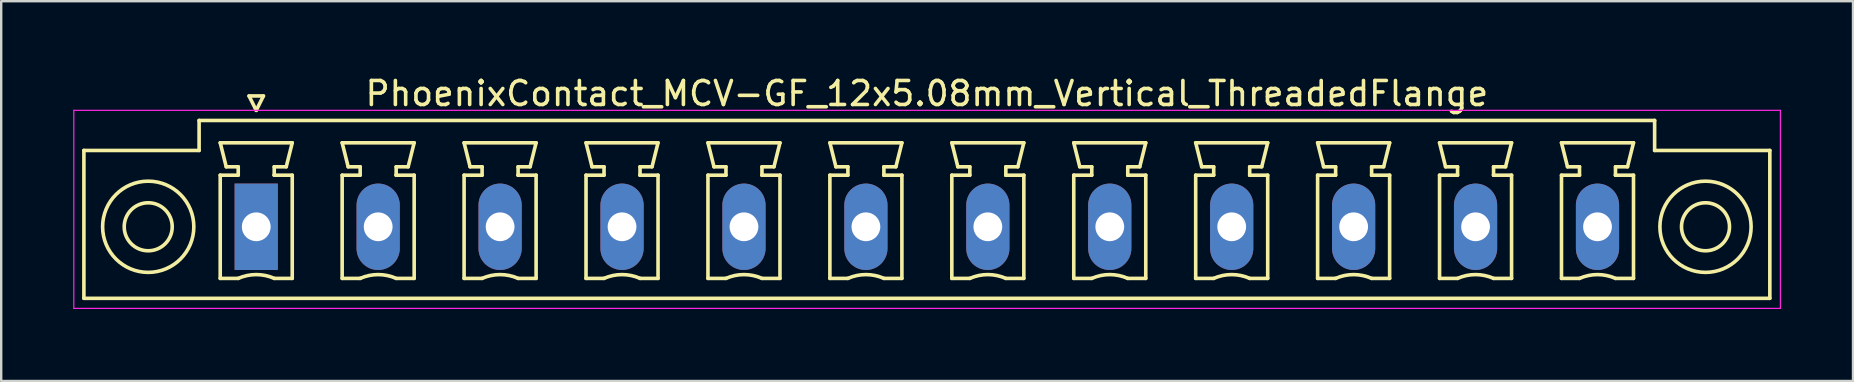
<source format=kicad_pcb>
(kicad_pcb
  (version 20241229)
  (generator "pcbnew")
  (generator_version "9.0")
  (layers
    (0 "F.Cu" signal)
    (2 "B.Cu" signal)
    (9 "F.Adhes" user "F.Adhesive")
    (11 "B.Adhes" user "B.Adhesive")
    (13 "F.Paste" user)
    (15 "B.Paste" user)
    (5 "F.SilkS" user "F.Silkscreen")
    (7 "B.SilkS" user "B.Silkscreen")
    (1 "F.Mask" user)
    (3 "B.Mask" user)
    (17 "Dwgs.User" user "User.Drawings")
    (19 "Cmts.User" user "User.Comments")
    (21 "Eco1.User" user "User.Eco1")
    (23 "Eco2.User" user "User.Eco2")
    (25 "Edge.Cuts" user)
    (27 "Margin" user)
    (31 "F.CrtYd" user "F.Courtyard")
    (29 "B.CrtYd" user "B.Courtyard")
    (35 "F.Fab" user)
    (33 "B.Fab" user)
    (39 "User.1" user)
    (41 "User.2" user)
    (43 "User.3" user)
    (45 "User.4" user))
  (footprint "PhoenixContact_MCV-GF_12x5.08mm_Vertical_ThreadedFlange"
    (layer "F.Cu")
    (at 7.625 6.398)
    (property "Reference" "PhoenixContact_MCV-GF_12x5.08mm_Vertical_ThreadedFlange" (at 27.94 -5.55 0) (layer "F.SilkS") (effects (font (size 1 1) (thickness 0.15))))
    (attr through_hole)
    (fp_line (start -7.18 -3.18) (end -7.18 2.98) (stroke (width 0.15) (type solid)) (layer "F.SilkS"))
    (fp_line (start -7.18 2.98) (end 63.06 2.98) (stroke (width 0.15) (type solid)) (layer "F.SilkS"))
    (fp_line (start -2.38 -4.43) (end -2.38 -3.18) (stroke (width 0.15) (type solid)) (layer "F.SilkS"))
    (fp_line (start -2.38 -3.18) (end -7.18 -3.18) (stroke (width 0.15) (type solid)) (layer "F.SilkS"))
    (fp_line (start -1.5 -3.5) (end 1.5 -3.5) (stroke (width 0.15) (type solid)) (layer "F.SilkS"))
    (fp_line (start -1.5 -2.15) (end -0.75 -2.15) (stroke (width 0.15) (type solid)) (layer "F.SilkS"))
    (fp_line (start -1.5 2.15) (end -1.5 -2.15) (stroke (width 0.15) (type solid)) (layer "F.SilkS"))
    (fp_line (start -1.25 -2.5) (end -1.5 -3.5) (stroke (width 0.15) (type solid)) (layer "F.SilkS"))
    (fp_line (start -0.75 -2.5) (end -1.25 -2.5) (stroke (width 0.15) (type solid)) (layer "F.SilkS"))
    (fp_line (start -0.75 -2.15) (end -0.75 -2.5) (stroke (width 0.15) (type solid)) (layer "F.SilkS"))
    (fp_line (start -0.75 2.15) (end -1.5 2.15) (stroke (width 0.15) (type solid)) (layer "F.SilkS"))
    (fp_line (start -0.3 -5.45) (end 0 -4.85) (stroke (width 0.15) (type solid)) (layer "F.SilkS"))
    (fp_line (start 0 -4.85) (end 0.3 -5.45) (stroke (width 0.15) (type solid)) (layer "F.SilkS"))
    (fp_line (start 0.3 -5.45) (end -0.3 -5.45) (stroke (width 0.15) (type solid)) (layer "F.SilkS"))
    (fp_line (start 0.75 -2.5) (end 0.75 -2.15) (stroke (width 0.15) (type solid)) (layer "F.SilkS"))
    (fp_line (start 0.75 -2.15) (end 0.75 -2.15) (stroke (width 0.15) (type solid)) (layer "F.SilkS"))
    (fp_line (start 0.75 -2.15) (end 1.5 -2.15) (stroke (width 0.15) (type solid)) (layer "F.SilkS"))
    (fp_line (start 1.25 -2.5) (end 0.75 -2.5) (stroke (width 0.15) (type solid)) (layer "F.SilkS"))
    (fp_line (start 1.5 -3.5) (end 1.25 -2.5) (stroke (width 0.15) (type solid)) (layer "F.SilkS"))
    (fp_line (start 1.5 -2.15) (end 1.5 2.15) (stroke (width 0.15) (type solid)) (layer "F.SilkS"))
    (fp_line (start 1.5 2.15) (end 0.75 2.15) (stroke (width 0.15) (type solid)) (layer "F.SilkS"))
    (fp_line (start 3.58 -3.5) (end 6.58 -3.5) (stroke (width 0.15) (type solid)) (layer "F.SilkS"))
    (fp_line (start 3.58 -2.15) (end 4.33 -2.15) (stroke (width 0.15) (type solid)) (layer "F.SilkS"))
    (fp_line (start 3.58 2.15) (end 3.58 -2.15) (stroke (width 0.15) (type solid)) (layer "F.SilkS"))
    (fp_line (start 3.83 -2.5) (end 3.58 -3.5) (stroke (width 0.15) (type solid)) (layer "F.SilkS"))
    (fp_line (start 4.33 -2.5) (end 3.83 -2.5) (stroke (width 0.15) (type solid)) (layer "F.SilkS"))
    (fp_line (start 4.33 -2.15) (end 4.33 -2.5) (stroke (width 0.15) (type solid)) (layer "F.SilkS"))
    (fp_line (start 4.33 2.15) (end 3.58 2.15) (stroke (width 0.15) (type solid)) (layer "F.SilkS"))
    (fp_line (start 5.83 -2.5) (end 5.83 -2.15) (stroke (width 0.15) (type solid)) (layer "F.SilkS"))
    (fp_line (start 5.83 -2.15) (end 5.83 -2.15) (stroke (width 0.15) (type solid)) (layer "F.SilkS"))
    (fp_line (start 5.83 -2.15) (end 6.58 -2.15) (stroke (width 0.15) (type solid)) (layer "F.SilkS"))
    (fp_line (start 6.33 -2.5) (end 5.83 -2.5) (stroke (width 0.15) (type solid)) (layer "F.SilkS"))
    (fp_line (start 6.58 -3.5) (end 6.33 -2.5) (stroke (width 0.15) (type solid)) (layer "F.SilkS"))
    (fp_line (start 6.58 -2.15) (end 6.58 2.15) (stroke (width 0.15) (type solid)) (layer "F.SilkS"))
    (fp_line (start 6.58 2.15) (end 5.83 2.15) (stroke (width 0.15) (type solid)) (layer "F.SilkS"))
    (fp_line (start 8.66 -3.5) (end 11.66 -3.5) (stroke (width 0.15) (type solid)) (layer "F.SilkS"))
    (fp_line (start 8.66 -2.15) (end 9.41 -2.15) (stroke (width 0.15) (type solid)) (layer "F.SilkS"))
    (fp_line (start 8.66 2.15) (end 8.66 -2.15) (stroke (width 0.15) (type solid)) (layer "F.SilkS"))
    (fp_line (start 8.91 -2.5) (end 8.66 -3.5) (stroke (width 0.15) (type solid)) (layer "F.SilkS"))
    (fp_line (start 9.41 -2.5) (end 8.91 -2.5) (stroke (width 0.15) (type solid)) (layer "F.SilkS"))
    (fp_line (start 9.41 -2.15) (end 9.41 -2.5) (stroke (width 0.15) (type solid)) (layer "F.SilkS"))
    (fp_line (start 9.41 2.15) (end 8.66 2.15) (stroke (width 0.15) (type solid)) (layer "F.SilkS"))
    (fp_line (start 10.91 -2.5) (end 10.91 -2.15) (stroke (width 0.15) (type solid)) (layer "F.SilkS"))
    (fp_line (start 10.91 -2.15) (end 10.91 -2.15) (stroke (width 0.15) (type solid)) (layer "F.SilkS"))
    (fp_line (start 10.91 -2.15) (end 11.66 -2.15) (stroke (width 0.15) (type solid)) (layer "F.SilkS"))
    (fp_line (start 11.41 -2.5) (end 10.91 -2.5) (stroke (width 0.15) (type solid)) (layer "F.SilkS"))
    (fp_line (start 11.66 -3.5) (end 11.41 -2.5) (stroke (width 0.15) (type solid)) (layer "F.SilkS"))
    (fp_line (start 11.66 -2.15) (end 11.66 2.15) (stroke (width 0.15) (type solid)) (layer "F.SilkS"))
    (fp_line (start 11.66 2.15) (end 10.91 2.15) (stroke (width 0.15) (type solid)) (layer "F.SilkS"))
    (fp_line (start 13.74 -3.5) (end 16.74 -3.5) (stroke (width 0.15) (type solid)) (layer "F.SilkS"))
    (fp_line (start 13.74 -2.15) (end 14.49 -2.15) (stroke (width 0.15) (type solid)) (layer "F.SilkS"))
    (fp_line (start 13.74 2.15) (end 13.74 -2.15) (stroke (width 0.15) (type solid)) (layer "F.SilkS"))
    (fp_line (start 13.99 -2.5) (end 13.74 -3.5) (stroke (width 0.15) (type solid)) (layer "F.SilkS"))
    (fp_line (start 14.49 -2.5) (end 13.99 -2.5) (stroke (width 0.15) (type solid)) (layer "F.SilkS"))
    (fp_line (start 14.49 -2.15) (end 14.49 -2.5) (stroke (width 0.15) (type solid)) (layer "F.SilkS"))
    (fp_line (start 14.49 2.15) (end 13.74 2.15) (stroke (width 0.15) (type solid)) (layer "F.SilkS"))
    (fp_line (start 15.99 -2.5) (end 15.99 -2.15) (stroke (width 0.15) (type solid)) (layer "F.SilkS"))
    (fp_line (start 15.99 -2.15) (end 15.99 -2.15) (stroke (width 0.15) (type solid)) (layer "F.SilkS"))
    (fp_line (start 15.99 -2.15) (end 16.74 -2.15) (stroke (width 0.15) (type solid)) (layer "F.SilkS"))
    (fp_line (start 16.49 -2.5) (end 15.99 -2.5) (stroke (width 0.15) (type solid)) (layer "F.SilkS"))
    (fp_line (start 16.74 -3.5) (end 16.49 -2.5) (stroke (width 0.15) (type solid)) (layer "F.SilkS"))
    (fp_line (start 16.74 -2.15) (end 16.74 2.15) (stroke (width 0.15) (type solid)) (layer "F.SilkS"))
    (fp_line (start 16.74 2.15) (end 15.99 2.15) (stroke (width 0.15) (type solid)) (layer "F.SilkS"))
    (fp_line (start 18.82 -3.5) (end 21.82 -3.5) (stroke (width 0.15) (type solid)) (layer "F.SilkS"))
    (fp_line (start 18.82 -2.15) (end 19.57 -2.15) (stroke (width 0.15) (type solid)) (layer "F.SilkS"))
    (fp_line (start 18.82 2.15) (end 18.82 -2.15) (stroke (width 0.15) (type solid)) (layer "F.SilkS"))
    (fp_line (start 19.07 -2.5) (end 18.82 -3.5) (stroke (width 0.15) (type solid)) (layer "F.SilkS"))
    (fp_line (start 19.57 -2.5) (end 19.07 -2.5) (stroke (width 0.15) (type solid)) (layer "F.SilkS"))
    (fp_line (start 19.57 -2.15) (end 19.57 -2.5) (stroke (width 0.15) (type solid)) (layer "F.SilkS"))
    (fp_line (start 19.57 2.15) (end 18.82 2.15) (stroke (width 0.15) (type solid)) (layer "F.SilkS"))
    (fp_line (start 21.07 -2.5) (end 21.07 -2.15) (stroke (width 0.15) (type solid)) (layer "F.SilkS"))
    (fp_line (start 21.07 -2.15) (end 21.07 -2.15) (stroke (width 0.15) (type solid)) (layer "F.SilkS"))
    (fp_line (start 21.07 -2.15) (end 21.82 -2.15) (stroke (width 0.15) (type solid)) (layer "F.SilkS"))
    (fp_line (start 21.57 -2.5) (end 21.07 -2.5) (stroke (width 0.15) (type solid)) (layer "F.SilkS"))
    (fp_line (start 21.82 -3.5) (end 21.57 -2.5) (stroke (width 0.15) (type solid)) (layer "F.SilkS"))
    (fp_line (start 21.82 -2.15) (end 21.82 2.15) (stroke (width 0.15) (type solid)) (layer "F.SilkS"))
    (fp_line (start 21.82 2.15) (end 21.07 2.15) (stroke (width 0.15) (type solid)) (layer "F.SilkS"))
    (fp_line (start 23.9 -3.5) (end 26.9 -3.5) (stroke (width 0.15) (type solid)) (layer "F.SilkS"))
    (fp_line (start 23.9 -2.15) (end 24.65 -2.15) (stroke (width 0.15) (type solid)) (layer "F.SilkS"))
    (fp_line (start 23.9 2.15) (end 23.9 -2.15) (stroke (width 0.15) (type solid)) (layer "F.SilkS"))
    (fp_line (start 24.15 -2.5) (end 23.9 -3.5) (stroke (width 0.15) (type solid)) (layer "F.SilkS"))
    (fp_line (start 24.65 -2.5) (end 24.15 -2.5) (stroke (width 0.15) (type solid)) (layer "F.SilkS"))
    (fp_line (start 24.65 -2.15) (end 24.65 -2.5) (stroke (width 0.15) (type solid)) (layer "F.SilkS"))
    (fp_line (start 24.65 2.15) (end 23.9 2.15) (stroke (width 0.15) (type solid)) (layer "F.SilkS"))
    (fp_line (start 26.15 -2.5) (end 26.15 -2.15) (stroke (width 0.15) (type solid)) (layer "F.SilkS"))
    (fp_line (start 26.15 -2.15) (end 26.15 -2.15) (stroke (width 0.15) (type solid)) (layer "F.SilkS"))
    (fp_line (start 26.15 -2.15) (end 26.9 -2.15) (stroke (width 0.15) (type solid)) (layer "F.SilkS"))
    (fp_line (start 26.65 -2.5) (end 26.15 -2.5) (stroke (width 0.15) (type solid)) (layer "F.SilkS"))
    (fp_line (start 26.9 -3.5) (end 26.65 -2.5) (stroke (width 0.15) (type solid)) (layer "F.SilkS"))
    (fp_line (start 26.9 -2.15) (end 26.9 2.15) (stroke (width 0.15) (type solid)) (layer "F.SilkS"))
    (fp_line (start 26.9 2.15) (end 26.15 2.15) (stroke (width 0.15) (type solid)) (layer "F.SilkS"))
    (fp_line (start 28.98 -3.5) (end 31.98 -3.5) (stroke (width 0.15) (type solid)) (layer "F.SilkS"))
    (fp_line (start 28.98 -2.15) (end 29.73 -2.15) (stroke (width 0.15) (type solid)) (layer "F.SilkS"))
    (fp_line (start 28.98 2.15) (end 28.98 -2.15) (stroke (width 0.15) (type solid)) (layer "F.SilkS"))
    (fp_line (start 29.23 -2.5) (end 28.98 -3.5) (stroke (width 0.15) (type solid)) (layer "F.SilkS"))
    (fp_line (start 29.73 -2.5) (end 29.23 -2.5) (stroke (width 0.15) (type solid)) (layer "F.SilkS"))
    (fp_line (start 29.73 -2.15) (end 29.73 -2.5) (stroke (width 0.15) (type solid)) (layer "F.SilkS"))
    (fp_line (start 29.73 2.15) (end 28.98 2.15) (stroke (width 0.15) (type solid)) (layer "F.SilkS"))
    (fp_line (start 31.23 -2.5) (end 31.23 -2.15) (stroke (width 0.15) (type solid)) (layer "F.SilkS"))
    (fp_line (start 31.23 -2.15) (end 31.23 -2.15) (stroke (width 0.15) (type solid)) (layer "F.SilkS"))
    (fp_line (start 31.23 -2.15) (end 31.98 -2.15) (stroke (width 0.15) (type solid)) (layer "F.SilkS"))
    (fp_line (start 31.73 -2.5) (end 31.23 -2.5) (stroke (width 0.15) (type solid)) (layer "F.SilkS"))
    (fp_line (start 31.98 -3.5) (end 31.73 -2.5) (stroke (width 0.15) (type solid)) (layer "F.SilkS"))
    (fp_line (start 31.98 -2.15) (end 31.98 2.15) (stroke (width 0.15) (type solid)) (layer "F.SilkS"))
    (fp_line (start 31.98 2.15) (end 31.23 2.15) (stroke (width 0.15) (type solid)) (layer "F.SilkS"))
    (fp_line (start 34.06 -3.5) (end 37.06 -3.5) (stroke (width 0.15) (type solid)) (layer "F.SilkS"))
    (fp_line (start 34.06 -2.15) (end 34.81 -2.15) (stroke (width 0.15) (type solid)) (layer "F.SilkS"))
    (fp_line (start 34.06 2.15) (end 34.06 -2.15) (stroke (width 0.15) (type solid)) (layer "F.SilkS"))
    (fp_line (start 34.31 -2.5) (end 34.06 -3.5) (stroke (width 0.15) (type solid)) (layer "F.SilkS"))
    (fp_line (start 34.81 -2.5) (end 34.31 -2.5) (stroke (width 0.15) (type solid)) (layer "F.SilkS"))
    (fp_line (start 34.81 -2.15) (end 34.81 -2.5) (stroke (width 0.15) (type solid)) (layer "F.SilkS"))
    (fp_line (start 34.81 2.15) (end 34.06 2.15) (stroke (width 0.15) (type solid)) (layer "F.SilkS"))
    (fp_line (start 36.31 -2.5) (end 36.31 -2.15) (stroke (width 0.15) (type solid)) (layer "F.SilkS"))
    (fp_line (start 36.31 -2.15) (end 36.31 -2.15) (stroke (width 0.15) (type solid)) (layer "F.SilkS"))
    (fp_line (start 36.31 -2.15) (end 37.06 -2.15) (stroke (width 0.15) (type solid)) (layer "F.SilkS"))
    (fp_line (start 36.81 -2.5) (end 36.31 -2.5) (stroke (width 0.15) (type solid)) (layer "F.SilkS"))
    (fp_line (start 37.06 -3.5) (end 36.81 -2.5) (stroke (width 0.15) (type solid)) (layer "F.SilkS"))
    (fp_line (start 37.06 -2.15) (end 37.06 2.15) (stroke (width 0.15) (type solid)) (layer "F.SilkS"))
    (fp_line (start 37.06 2.15) (end 36.31 2.15) (stroke (width 0.15) (type solid)) (layer "F.SilkS"))
    (fp_line (start 39.14 -3.5) (end 42.14 -3.5) (stroke (width 0.15) (type solid)) (layer "F.SilkS"))
    (fp_line (start 39.14 -2.15) (end 39.89 -2.15) (stroke (width 0.15) (type solid)) (layer "F.SilkS"))
    (fp_line (start 39.14 2.15) (end 39.14 -2.15) (stroke (width 0.15) (type solid)) (layer "F.SilkS"))
    (fp_line (start 39.39 -2.5) (end 39.14 -3.5) (stroke (width 0.15) (type solid)) (layer "F.SilkS"))
    (fp_line (start 39.89 -2.5) (end 39.39 -2.5) (stroke (width 0.15) (type solid)) (layer "F.SilkS"))
    (fp_line (start 39.89 -2.15) (end 39.89 -2.5) (stroke (width 0.15) (type solid)) (layer "F.SilkS"))
    (fp_line (start 39.89 2.15) (end 39.14 2.15) (stroke (width 0.15) (type solid)) (layer "F.SilkS"))
    (fp_line (start 41.39 -2.5) (end 41.39 -2.15) (stroke (width 0.15) (type solid)) (layer "F.SilkS"))
    (fp_line (start 41.39 -2.15) (end 41.39 -2.15) (stroke (width 0.15) (type solid)) (layer "F.SilkS"))
    (fp_line (start 41.39 -2.15) (end 42.14 -2.15) (stroke (width 0.15) (type solid)) (layer "F.SilkS"))
    (fp_line (start 41.89 -2.5) (end 41.39 -2.5) (stroke (width 0.15) (type solid)) (layer "F.SilkS"))
    (fp_line (start 42.14 -3.5) (end 41.89 -2.5) (stroke (width 0.15) (type solid)) (layer "F.SilkS"))
    (fp_line (start 42.14 -2.15) (end 42.14 2.15) (stroke (width 0.15) (type solid)) (layer "F.SilkS"))
    (fp_line (start 42.14 2.15) (end 41.39 2.15) (stroke (width 0.15) (type solid)) (layer "F.SilkS"))
    (fp_line (start 44.22 -3.5) (end 47.22 -3.5) (stroke (width 0.15) (type solid)) (layer "F.SilkS"))
    (fp_line (start 44.22 -2.15) (end 44.97 -2.15) (stroke (width 0.15) (type solid)) (layer "F.SilkS"))
    (fp_line (start 44.22 2.15) (end 44.22 -2.15) (stroke (width 0.15) (type solid)) (layer "F.SilkS"))
    (fp_line (start 44.47 -2.5) (end 44.22 -3.5) (stroke (width 0.15) (type solid)) (layer "F.SilkS"))
    (fp_line (start 44.97 -2.5) (end 44.47 -2.5) (stroke (width 0.15) (type solid)) (layer "F.SilkS"))
    (fp_line (start 44.97 -2.15) (end 44.97 -2.5) (stroke (width 0.15) (type solid)) (layer "F.SilkS"))
    (fp_line (start 44.97 2.15) (end 44.22 2.15) (stroke (width 0.15) (type solid)) (layer "F.SilkS"))
    (fp_line (start 46.47 -2.5) (end 46.47 -2.15) (stroke (width 0.15) (type solid)) (layer "F.SilkS"))
    (fp_line (start 46.47 -2.15) (end 46.47 -2.15) (stroke (width 0.15) (type solid)) (layer "F.SilkS"))
    (fp_line (start 46.47 -2.15) (end 47.22 -2.15) (stroke (width 0.15) (type solid)) (layer "F.SilkS"))
    (fp_line (start 46.97 -2.5) (end 46.47 -2.5) (stroke (width 0.15) (type solid)) (layer "F.SilkS"))
    (fp_line (start 47.22 -3.5) (end 46.97 -2.5) (stroke (width 0.15) (type solid)) (layer "F.SilkS"))
    (fp_line (start 47.22 -2.15) (end 47.22 2.15) (stroke (width 0.15) (type solid)) (layer "F.SilkS"))
    (fp_line (start 47.22 2.15) (end 46.47 2.15) (stroke (width 0.15) (type solid)) (layer "F.SilkS"))
    (fp_line (start 49.3 -3.5) (end 52.3 -3.5) (stroke (width 0.15) (type solid)) (layer "F.SilkS"))
    (fp_line (start 49.3 -2.15) (end 50.05 -2.15) (stroke (width 0.15) (type solid)) (layer "F.SilkS"))
    (fp_line (start 49.3 2.15) (end 49.3 -2.15) (stroke (width 0.15) (type solid)) (layer "F.SilkS"))
    (fp_line (start 49.55 -2.5) (end 49.3 -3.5) (stroke (width 0.15) (type solid)) (layer "F.SilkS"))
    (fp_line (start 50.05 -2.5) (end 49.55 -2.5) (stroke (width 0.15) (type solid)) (layer "F.SilkS"))
    (fp_line (start 50.05 -2.15) (end 50.05 -2.5) (stroke (width 0.15) (type solid)) (layer "F.SilkS"))
    (fp_line (start 50.05 2.15) (end 49.3 2.15) (stroke (width 0.15) (type solid)) (layer "F.SilkS"))
    (fp_line (start 51.55 -2.5) (end 51.55 -2.15) (stroke (width 0.15) (type solid)) (layer "F.SilkS"))
    (fp_line (start 51.55 -2.15) (end 51.55 -2.15) (stroke (width 0.15) (type solid)) (layer "F.SilkS"))
    (fp_line (start 51.55 -2.15) (end 52.3 -2.15) (stroke (width 0.15) (type solid)) (layer "F.SilkS"))
    (fp_line (start 52.05 -2.5) (end 51.55 -2.5) (stroke (width 0.15) (type solid)) (layer "F.SilkS"))
    (fp_line (start 52.3 -3.5) (end 52.05 -2.5) (stroke (width 0.15) (type solid)) (layer "F.SilkS"))
    (fp_line (start 52.3 -2.15) (end 52.3 2.15) (stroke (width 0.15) (type solid)) (layer "F.SilkS"))
    (fp_line (start 52.3 2.15) (end 51.55 2.15) (stroke (width 0.15) (type solid)) (layer "F.SilkS"))
    (fp_line (start 54.38 -3.5) (end 57.38 -3.5) (stroke (width 0.15) (type solid)) (layer "F.SilkS"))
    (fp_line (start 54.38 -2.15) (end 55.13 -2.15) (stroke (width 0.15) (type solid)) (layer "F.SilkS"))
    (fp_line (start 54.38 2.15) (end 54.38 -2.15) (stroke (width 0.15) (type solid)) (layer "F.SilkS"))
    (fp_line (start 54.63 -2.5) (end 54.38 -3.5) (stroke (width 0.15) (type solid)) (layer "F.SilkS"))
    (fp_line (start 55.13 -2.5) (end 54.63 -2.5) (stroke (width 0.15) (type solid)) (layer "F.SilkS"))
    (fp_line (start 55.13 -2.15) (end 55.13 -2.5) (stroke (width 0.15) (type solid)) (layer "F.SilkS"))
    (fp_line (start 55.13 2.15) (end 54.38 2.15) (stroke (width 0.15) (type solid)) (layer "F.SilkS"))
    (fp_line (start 56.63 -2.5) (end 56.63 -2.15) (stroke (width 0.15) (type solid)) (layer "F.SilkS"))
    (fp_line (start 56.63 -2.15) (end 56.63 -2.15) (stroke (width 0.15) (type solid)) (layer "F.SilkS"))
    (fp_line (start 56.63 -2.15) (end 57.38 -2.15) (stroke (width 0.15) (type solid)) (layer "F.SilkS"))
    (fp_line (start 57.13 -2.5) (end 56.63 -2.5) (stroke (width 0.15) (type solid)) (layer "F.SilkS"))
    (fp_line (start 57.38 -3.5) (end 57.13 -2.5) (stroke (width 0.15) (type solid)) (layer "F.SilkS"))
    (fp_line (start 57.38 -2.15) (end 57.38 2.15) (stroke (width 0.15) (type solid)) (layer "F.SilkS"))
    (fp_line (start 57.38 2.15) (end 56.63 2.15) (stroke (width 0.15) (type solid)) (layer "F.SilkS"))
    (fp_line (start 58.26 -4.43) (end -2.38 -4.43) (stroke (width 0.15) (type solid)) (layer "F.SilkS"))
    (fp_line (start 58.26 -3.18) (end 58.26 -4.43) (stroke (width 0.15) (type solid)) (layer "F.SilkS"))
    (fp_line (start 63.06 -3.18) (end 58.26 -3.18) (stroke (width 0.15) (type solid)) (layer "F.SilkS"))
    (fp_line (start 63.06 2.98) (end 63.06 -3.18) (stroke (width 0.15) (type solid)) (layer "F.SilkS"))
    (fp_arc (start -0.75 2.15) (mid -0.000193 1.99191) (end 0.749647 2.149844) (stroke (width 0.15) (type solid)) (layer "F.SilkS"))
    (fp_arc (start 4.33 2.15) (mid 5.079807 1.99191) (end 5.829647 2.149844) (stroke (width 0.15) (type solid)) (layer "F.SilkS"))
    (fp_arc (start 9.41 2.15) (mid 10.159807 1.99191) (end 10.909647 2.149844) (stroke (width 0.15) (type solid)) (layer "F.SilkS"))
    (fp_arc (start 14.49 2.15) (mid 15.239807 1.99191) (end 15.989647 2.149844) (stroke (width 0.15) (type solid)) (layer "F.SilkS"))
    (fp_arc (start 19.57 2.15) (mid 20.319807 1.99191) (end 21.069647 2.149844) (stroke (width 0.15) (type solid)) (layer "F.SilkS"))
    (fp_arc (start 24.65 2.15) (mid 25.399807 1.99191) (end 26.149647 2.149844) (stroke (width 0.15) (type solid)) (layer "F.SilkS"))
    (fp_arc (start 29.73 2.15) (mid 30.479807 1.99191) (end 31.229647 2.149844) (stroke (width 0.15) (type solid)) (layer "F.SilkS"))
    (fp_arc (start 34.81 2.15) (mid 35.559807 1.99191) (end 36.309647 2.149844) (stroke (width 0.15) (type solid)) (layer "F.SilkS"))
    (fp_arc (start 39.89 2.15) (mid 40.639807 1.99191) (end 41.389647 2.149844) (stroke (width 0.15) (type solid)) (layer "F.SilkS"))
    (fp_arc (start 44.97 2.15) (mid 45.719807 1.99191) (end 46.469647 2.149844) (stroke (width 0.15) (type solid)) (layer "F.SilkS"))
    (fp_arc (start 50.05 2.15) (mid 50.799807 1.99191) (end 51.549647 2.149844) (stroke (width 0.15) (type solid)) (layer "F.SilkS"))
    (fp_arc (start 55.13 2.15) (mid 55.879807 1.99191) (end 56.629647 2.149844) (stroke (width 0.15) (type solid)) (layer "F.SilkS"))
    (fp_circle (center -4.5 0) (end -3.5 0) (stroke (width 0.15) (type solid)) (fill no) (layer "F.SilkS"))
    (fp_circle (center -4.5 0) (end -2.6 0) (stroke (width 0.15) (type solid)) (fill no) (layer "F.SilkS"))
    (fp_circle (center 60.38 0) (end 61.38 0) (stroke (width 0.15) (type solid)) (fill no) (layer "F.SilkS"))
    (fp_circle (center 60.38 0) (end 62.28 0) (stroke (width 0.15) (type solid)) (fill no) (layer "F.SilkS"))
    (fp_line (start -7.6 -4.85) (end -7.6 3.4) (stroke (width 0.05) (type solid)) (layer "F.CrtYd"))
    (fp_line (start -7.6 3.4) (end 63.5 3.4) (stroke (width 0.05) (type solid)) (layer "F.CrtYd"))
    (fp_line (start 63.5 -4.85) (end -7.6 -4.85) (stroke (width 0.05) (type solid)) (layer "F.CrtYd"))
    (fp_line (start 63.5 3.4) (end 63.5 -4.85) (stroke (width 0.05) (type solid)) (layer "F.CrtYd"))
    (pad "1" thru_hole rect (at 0 0) (size 1.8 3.6) (drill 1.2) (layers "*.Cu" "*.Mask"))
    (pad "2" thru_hole oval (at 5.08 0) (size 1.8 3.6) (drill 1.2) (layers "*.Cu" "*.Mask"))
    (pad "3" thru_hole oval (at 10.16 0) (size 1.8 3.6) (drill 1.2) (layers "*.Cu" "*.Mask"))
    (pad "4" thru_hole oval (at 15.24 0) (size 1.8 3.6) (drill 1.2) (layers "*.Cu" "*.Mask"))
    (pad "5" thru_hole oval (at 20.32 0) (size 1.8 3.6) (drill 1.2) (layers "*.Cu" "*.Mask"))
    (pad "6" thru_hole oval (at 25.4 0) (size 1.8 3.6) (drill 1.2) (layers "*.Cu" "*.Mask"))
    (pad "7" thru_hole oval (at 30.48 0) (size 1.8 3.6) (drill 1.2) (layers "*.Cu" "*.Mask"))
    (pad "8" thru_hole oval (at 35.56 0) (size 1.8 3.6) (drill 1.2) (layers "*.Cu" "*.Mask"))
    (pad "9" thru_hole oval (at 40.64 0) (size 1.8 3.6) (drill 1.2) (layers "*.Cu" "*.Mask"))
    (pad "10" thru_hole oval (at 45.72 0) (size 1.8 3.6) (drill 1.2) (layers "*.Cu" "*.Mask"))
    (pad "11" thru_hole oval (at 50.8 0) (size 1.8 3.6) (drill 1.2) (layers "*.Cu" "*.Mask"))
    (pad "12" thru_hole oval (at 55.88 0) (size 1.8 3.6) (drill 1.2) (layers "*.Cu" "*.Mask")))
  (gr_rect
    (start -3 -3)
    (end 74.15 12.823)
    (stroke (width 0.1) (type default))
    (fill no)
    (layer "Edge.Cuts")))
</source>
